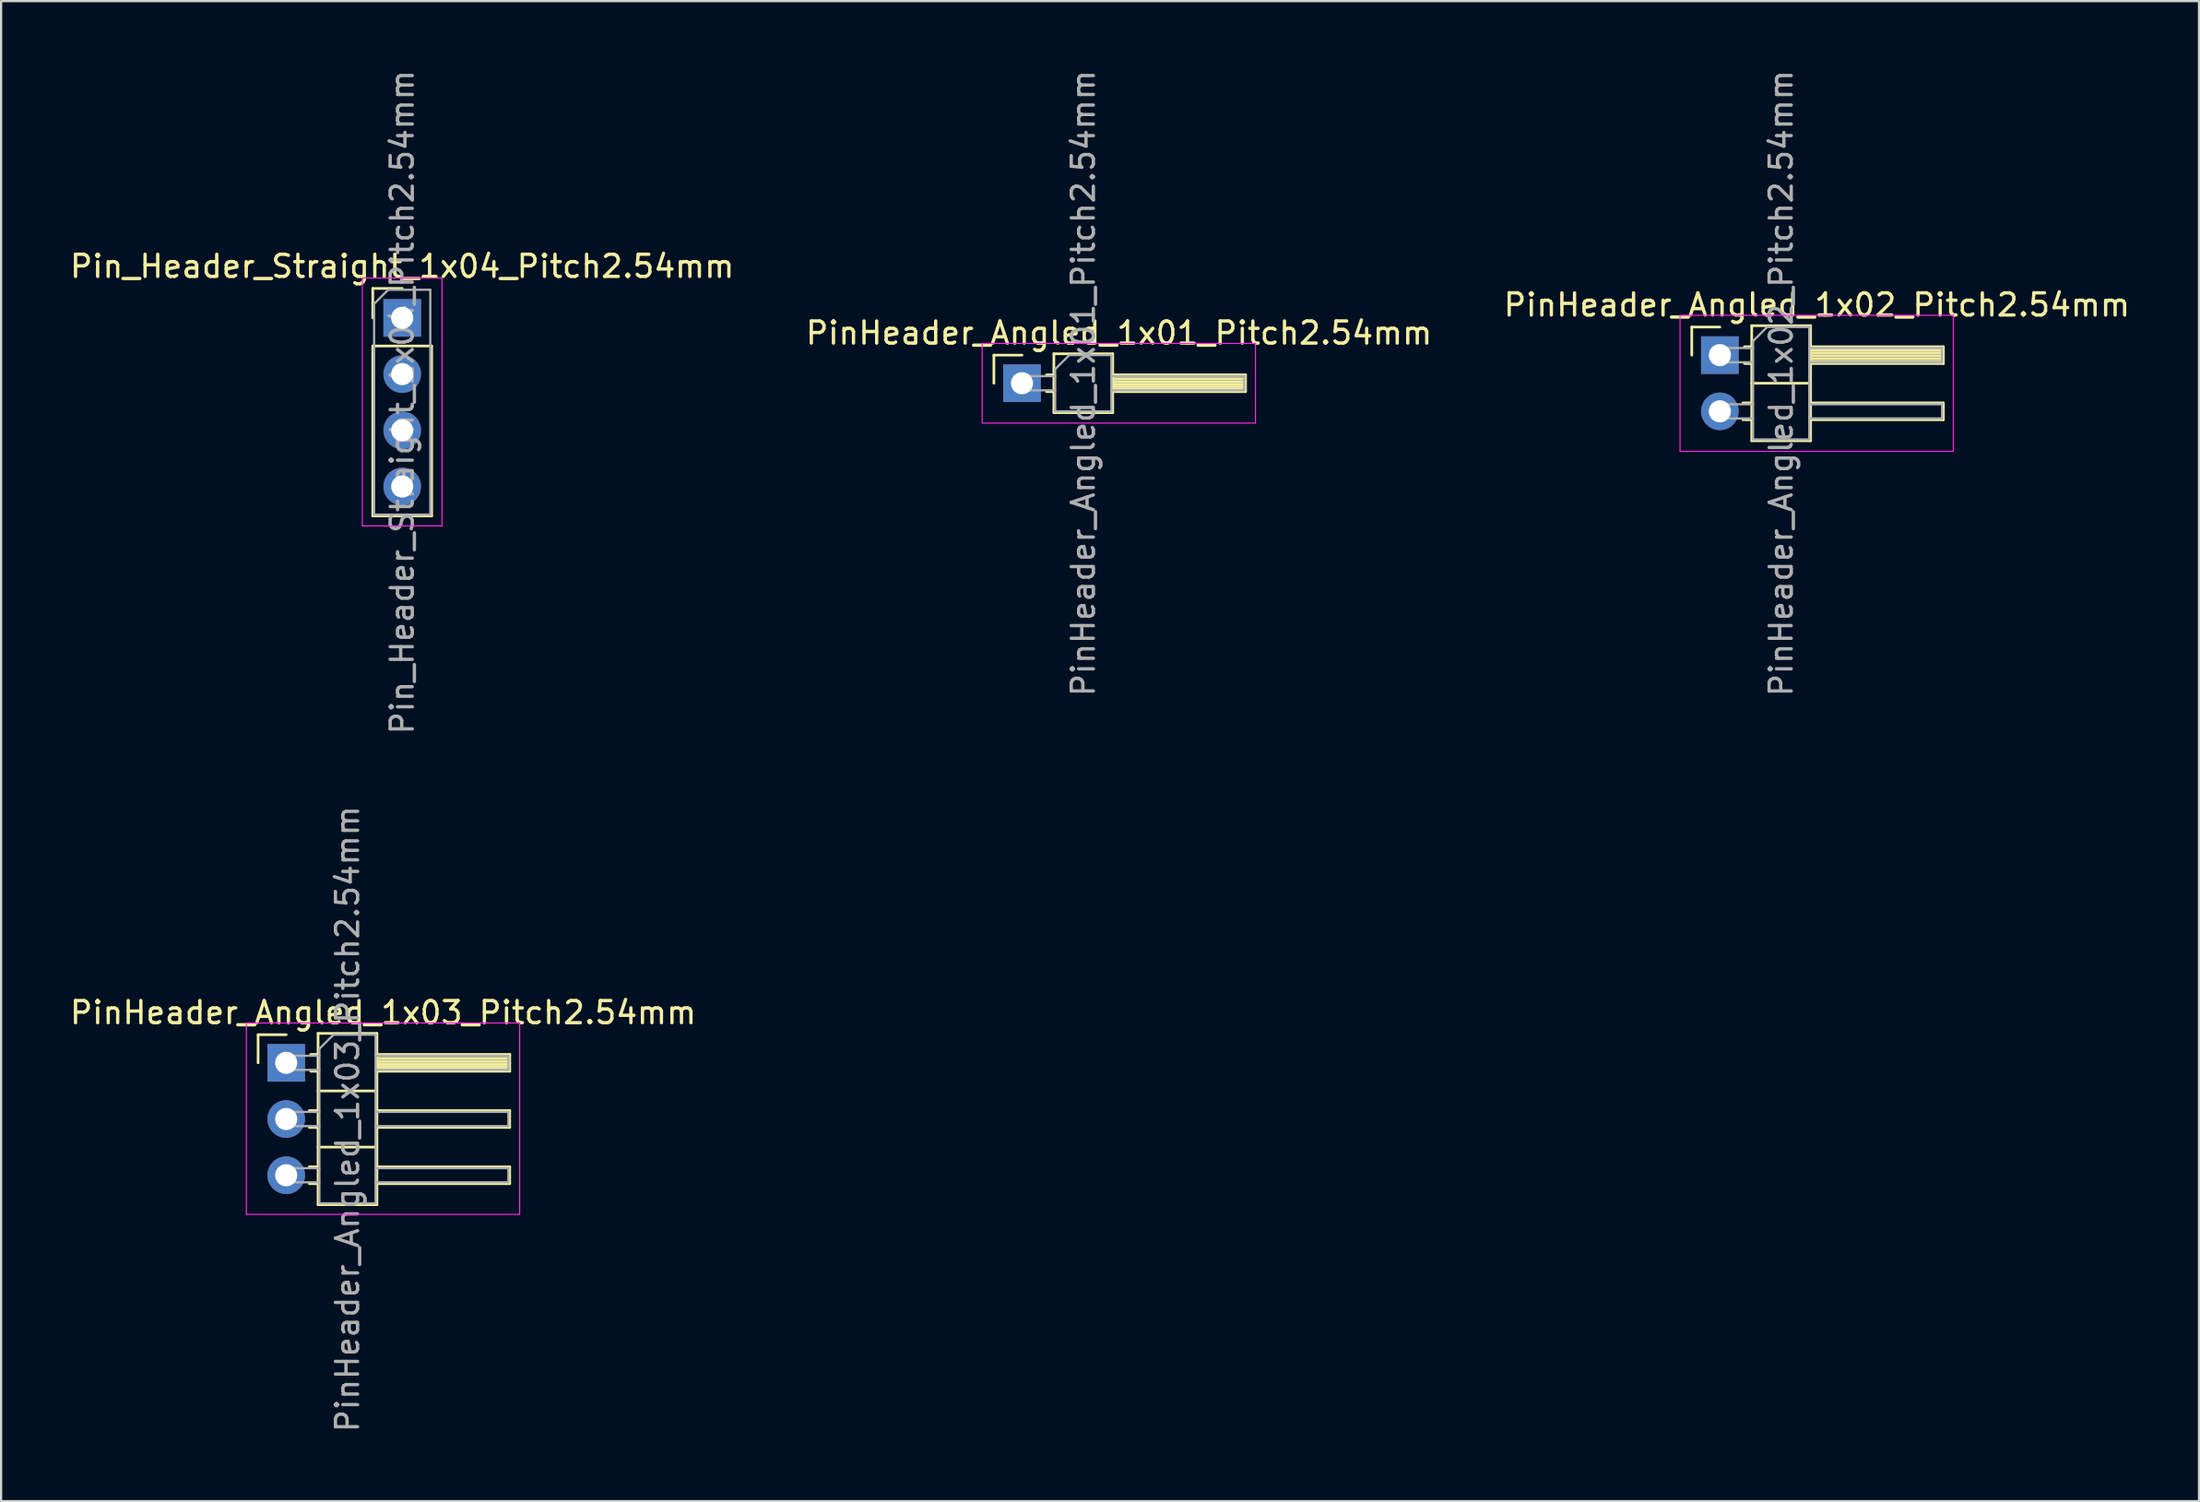
<source format=kicad_pcb>
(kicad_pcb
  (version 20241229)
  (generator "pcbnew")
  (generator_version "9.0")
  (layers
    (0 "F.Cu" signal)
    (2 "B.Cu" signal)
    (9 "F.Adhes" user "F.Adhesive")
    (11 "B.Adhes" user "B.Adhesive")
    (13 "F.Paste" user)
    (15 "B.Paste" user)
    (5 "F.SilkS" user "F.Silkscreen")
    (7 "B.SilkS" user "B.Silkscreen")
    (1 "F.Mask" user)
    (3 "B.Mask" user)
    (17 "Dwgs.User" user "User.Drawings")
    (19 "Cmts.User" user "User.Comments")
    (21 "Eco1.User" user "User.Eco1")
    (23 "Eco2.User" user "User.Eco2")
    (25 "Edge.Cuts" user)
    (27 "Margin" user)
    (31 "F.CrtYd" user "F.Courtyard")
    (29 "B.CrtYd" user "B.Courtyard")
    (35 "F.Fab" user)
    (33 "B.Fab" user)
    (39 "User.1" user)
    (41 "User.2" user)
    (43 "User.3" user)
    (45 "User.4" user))
  (footprint "Pin_Header_Straight_1x04_Pitch2.54mm"
    (layer "F.Cu")
    (at 15.125 11.315)
    (property "Reference" "Pin_Header_Straight_1x04_Pitch2.54mm" (at 0 -2.33 0) (layer "F.SilkS") (effects (font (size 1 1) (thickness 0.15))))
    (attr through_hole)
    (fp_line (start -1.33 -1.33) (end 0 -1.33) (stroke (width 0.12) (type solid)) (layer "F.SilkS"))
    (fp_line (start -1.33 0) (end -1.33 -1.33) (stroke (width 0.12) (type solid)) (layer "F.SilkS"))
    (fp_line (start -1.33 1.27) (end -1.33 8.95) (stroke (width 0.12) (type solid)) (layer "F.SilkS"))
    (fp_line (start -1.33 1.27) (end 1.33 1.27) (stroke (width 0.12) (type solid)) (layer "F.SilkS"))
    (fp_line (start -1.33 8.95) (end 1.33 8.95) (stroke (width 0.12) (type solid)) (layer "F.SilkS"))
    (fp_line (start 1.33 1.27) (end 1.33 8.95) (stroke (width 0.12) (type solid)) (layer "F.SilkS"))
    (fp_line (start -1.8 -1.8) (end -1.8 9.4) (stroke (width 0.05) (type solid)) (layer "F.CrtYd"))
    (fp_line (start -1.8 9.4) (end 1.8 9.4) (stroke (width 0.05) (type solid)) (layer "F.CrtYd"))
    (fp_line (start 1.8 -1.8) (end -1.8 -1.8) (stroke (width 0.05) (type solid)) (layer "F.CrtYd"))
    (fp_line (start 1.8 9.4) (end 1.8 -1.8) (stroke (width 0.05) (type solid)) (layer "F.CrtYd"))
    (fp_line (start -1.27 -0.635) (end -0.635 -1.27) (stroke (width 0.1) (type solid)) (layer "F.Fab"))
    (fp_line (start -1.27 8.89) (end -1.27 -0.635) (stroke (width 0.1) (type solid)) (layer "F.Fab"))
    (fp_line (start -0.635 -1.27) (end 1.27 -1.27) (stroke (width 0.1) (type solid)) (layer "F.Fab"))
    (fp_line (start 1.27 -1.27) (end 1.27 8.89) (stroke (width 0.1) (type solid)) (layer "F.Fab"))
    (fp_line (start 1.27 8.89) (end -1.27 8.89) (stroke (width 0.1) (type solid)) (layer "F.Fab"))
    (fp_text user "${REFERENCE}" (at 0 3.81 90) (layer "F.Fab") (effects (font (size 1 1) (thickness 0.15))))
    (pad "1" thru_hole rect (at 0 0) (size 1.7 1.7) (drill 1) (layers "*.Cu" "*.Mask"))
    (pad "2" thru_hole oval (at 0 2.54) (size 1.7 1.7) (drill 1) (layers "*.Cu" "*.Mask"))
    (pad "3" thru_hole oval (at 0 5.08) (size 1.7 1.7) (drill 1) (layers "*.Cu" "*.Mask"))
    (pad "4" thru_hole oval (at 0 7.62) (size 1.7 1.7) (drill 1) (layers "*.Cu" "*.Mask")))
  (footprint "PinHeader_Angled_1x03_Pitch2.54mm"
    (layer "F.Cu")
    (at 9.883 44.978)
    (property "Reference" "PinHeader_Angled_1x03_Pitch2.54mm" (at 4.385 -2.27 0) (layer "F.SilkS") (effects (font (size 1 1) (thickness 0.15))))
    (attr through_hole)
    (fp_line (start -1.27 -1.27) (end 0 -1.27) (stroke (width 0.12) (type solid)) (layer "F.SilkS"))
    (fp_line (start -1.27 0) (end -1.27 -1.27) (stroke (width 0.12) (type solid)) (layer "F.SilkS"))
    (fp_line (start 1.043 2.16) (end 1.44 2.16) (stroke (width 0.12) (type solid)) (layer "F.SilkS"))
    (fp_line (start 1.043 2.92) (end 1.44 2.92) (stroke (width 0.12) (type solid)) (layer "F.SilkS"))
    (fp_line (start 1.043 4.7) (end 1.44 4.7) (stroke (width 0.12) (type solid)) (layer "F.SilkS"))
    (fp_line (start 1.043 5.46) (end 1.44 5.46) (stroke (width 0.12) (type solid)) (layer "F.SilkS"))
    (fp_line (start 1.11 -0.38) (end 1.44 -0.38) (stroke (width 0.12) (type solid)) (layer "F.SilkS"))
    (fp_line (start 1.11 0.38) (end 1.44 0.38) (stroke (width 0.12) (type solid)) (layer "F.SilkS"))
    (fp_line (start 1.44 -1.33) (end 1.44 6.41) (stroke (width 0.12) (type solid)) (layer "F.SilkS"))
    (fp_line (start 1.44 1.27) (end 4.1 1.27) (stroke (width 0.12) (type solid)) (layer "F.SilkS"))
    (fp_line (start 1.44 3.81) (end 4.1 3.81) (stroke (width 0.12) (type solid)) (layer "F.SilkS"))
    (fp_line (start 1.44 6.41) (end 4.1 6.41) (stroke (width 0.12) (type solid)) (layer "F.SilkS"))
    (fp_line (start 4.1 -1.33) (end 1.44 -1.33) (stroke (width 0.12) (type solid)) (layer "F.SilkS"))
    (fp_line (start 4.1 -0.38) (end 10.1 -0.38) (stroke (width 0.12) (type solid)) (layer "F.SilkS"))
    (fp_line (start 4.1 -0.32) (end 10.1 -0.32) (stroke (width 0.12) (type solid)) (layer "F.SilkS"))
    (fp_line (start 4.1 -0.2) (end 10.1 -0.2) (stroke (width 0.12) (type solid)) (layer "F.SilkS"))
    (fp_line (start 4.1 -0.08) (end 10.1 -0.08) (stroke (width 0.12) (type solid)) (layer "F.SilkS"))
    (fp_line (start 4.1 0.04) (end 10.1 0.04) (stroke (width 0.12) (type solid)) (layer "F.SilkS"))
    (fp_line (start 4.1 0.16) (end 10.1 0.16) (stroke (width 0.12) (type solid)) (layer "F.SilkS"))
    (fp_line (start 4.1 0.28) (end 10.1 0.28) (stroke (width 0.12) (type solid)) (layer "F.SilkS"))
    (fp_line (start 4.1 2.16) (end 10.1 2.16) (stroke (width 0.12) (type solid)) (layer "F.SilkS"))
    (fp_line (start 4.1 4.7) (end 10.1 4.7) (stroke (width 0.12) (type solid)) (layer "F.SilkS"))
    (fp_line (start 4.1 6.41) (end 4.1 -1.33) (stroke (width 0.12) (type solid)) (layer "F.SilkS"))
    (fp_line (start 10.1 -0.38) (end 10.1 0.38) (stroke (width 0.12) (type solid)) (layer "F.SilkS"))
    (fp_line (start 10.1 0.38) (end 4.1 0.38) (stroke (width 0.12) (type solid)) (layer "F.SilkS"))
    (fp_line (start 10.1 2.16) (end 10.1 2.92) (stroke (width 0.12) (type solid)) (layer "F.SilkS"))
    (fp_line (start 10.1 2.92) (end 4.1 2.92) (stroke (width 0.12) (type solid)) (layer "F.SilkS"))
    (fp_line (start 10.1 4.7) (end 10.1 5.46) (stroke (width 0.12) (type solid)) (layer "F.SilkS"))
    (fp_line (start 10.1 5.46) (end 4.1 5.46) (stroke (width 0.12) (type solid)) (layer "F.SilkS"))
    (fp_line (start -1.8 -1.8) (end -1.8 6.85) (stroke (width 0.05) (type solid)) (layer "F.CrtYd"))
    (fp_line (start -1.8 6.85) (end 10.55 6.85) (stroke (width 0.05) (type solid)) (layer "F.CrtYd"))
    (fp_line (start 10.55 -1.8) (end -1.8 -1.8) (stroke (width 0.05) (type solid)) (layer "F.CrtYd"))
    (fp_line (start 10.55 6.85) (end 10.55 -1.8) (stroke (width 0.05) (type solid)) (layer "F.CrtYd"))
    (fp_line (start -0.32 -0.32) (end -0.32 0.32) (stroke (width 0.1) (type solid)) (layer "F.Fab"))
    (fp_line (start -0.32 -0.32) (end 1.5 -0.32) (stroke (width 0.1) (type solid)) (layer "F.Fab"))
    (fp_line (start -0.32 0.32) (end 1.5 0.32) (stroke (width 0.1) (type solid)) (layer "F.Fab"))
    (fp_line (start -0.32 2.22) (end -0.32 2.86) (stroke (width 0.1) (type solid)) (layer "F.Fab"))
    (fp_line (start -0.32 2.22) (end 1.5 2.22) (stroke (width 0.1) (type solid)) (layer "F.Fab"))
    (fp_line (start -0.32 2.86) (end 1.5 2.86) (stroke (width 0.1) (type solid)) (layer "F.Fab"))
    (fp_line (start -0.32 4.76) (end -0.32 5.4) (stroke (width 0.1) (type solid)) (layer "F.Fab"))
    (fp_line (start -0.32 4.76) (end 1.5 4.76) (stroke (width 0.1) (type solid)) (layer "F.Fab"))
    (fp_line (start -0.32 5.4) (end 1.5 5.4) (stroke (width 0.1) (type solid)) (layer "F.Fab"))
    (fp_line (start 1.5 -0.635) (end 2.135 -1.27) (stroke (width 0.1) (type solid)) (layer "F.Fab"))
    (fp_line (start 1.5 6.35) (end 1.5 -0.635) (stroke (width 0.1) (type solid)) (layer "F.Fab"))
    (fp_line (start 2.135 -1.27) (end 4.04 -1.27) (stroke (width 0.1) (type solid)) (layer "F.Fab"))
    (fp_line (start 4.04 -1.27) (end 4.04 6.35) (stroke (width 0.1) (type solid)) (layer "F.Fab"))
    (fp_line (start 4.04 -0.32) (end 10.04 -0.32) (stroke (width 0.1) (type solid)) (layer "F.Fab"))
    (fp_line (start 4.04 0.32) (end 10.04 0.32) (stroke (width 0.1) (type solid)) (layer "F.Fab"))
    (fp_line (start 4.04 2.22) (end 10.04 2.22) (stroke (width 0.1) (type solid)) (layer "F.Fab"))
    (fp_line (start 4.04 2.86) (end 10.04 2.86) (stroke (width 0.1) (type solid)) (layer "F.Fab"))
    (fp_line (start 4.04 4.76) (end 10.04 4.76) (stroke (width 0.1) (type solid)) (layer "F.Fab"))
    (fp_line (start 4.04 5.4) (end 10.04 5.4) (stroke (width 0.1) (type solid)) (layer "F.Fab"))
    (fp_line (start 4.04 6.35) (end 1.5 6.35) (stroke (width 0.1) (type solid)) (layer "F.Fab"))
    (fp_line (start 10.04 -0.32) (end 10.04 0.32) (stroke (width 0.1) (type solid)) (layer "F.Fab"))
    (fp_line (start 10.04 2.22) (end 10.04 2.86) (stroke (width 0.1) (type solid)) (layer "F.Fab"))
    (fp_line (start 10.04 4.76) (end 10.04 5.4) (stroke (width 0.1) (type solid)) (layer "F.Fab"))
    (fp_text user "${REFERENCE}" (at 2.77 2.54 90) (layer "F.Fab") (effects (font (size 1 1) (thickness 0.15))))
    (pad "1" thru_hole rect (at 0 0) (size 1.7 1.7) (drill 1) (layers "*.Cu" "*.Mask"))
    (pad "2" thru_hole oval (at 0 2.54) (size 1.7 1.7) (drill 1) (layers "*.Cu" "*.Mask"))
    (pad "3" thru_hole oval (at 0 5.08) (size 1.7 1.7) (drill 1) (layers "*.Cu" "*.Mask")))
  (footprint "PinHeader_Angled_1x01_Pitch2.54mm"
    (layer "F.Cu")
    (at 43.133 14.268)
    (property "Reference" "PinHeader_Angled_1x01_Pitch2.54mm" (at 4.385 -2.27 0) (layer "F.SilkS") (effects (font (size 1 1) (thickness 0.15))))
    (attr through_hole)
    (fp_line (start -1.27 -1.27) (end 0 -1.27) (stroke (width 0.12) (type solid)) (layer "F.SilkS"))
    (fp_line (start -1.27 0) (end -1.27 -1.27) (stroke (width 0.12) (type solid)) (layer "F.SilkS"))
    (fp_line (start 1.11 -0.38) (end 1.44 -0.38) (stroke (width 0.12) (type solid)) (layer "F.SilkS"))
    (fp_line (start 1.11 0.38) (end 1.44 0.38) (stroke (width 0.12) (type solid)) (layer "F.SilkS"))
    (fp_line (start 1.44 -1.33) (end 1.44 1.33) (stroke (width 0.12) (type solid)) (layer "F.SilkS"))
    (fp_line (start 1.44 1.33) (end 4.1 1.33) (stroke (width 0.12) (type solid)) (layer "F.SilkS"))
    (fp_line (start 4.1 -1.33) (end 1.44 -1.33) (stroke (width 0.12) (type solid)) (layer "F.SilkS"))
    (fp_line (start 4.1 -0.38) (end 10.1 -0.38) (stroke (width 0.12) (type solid)) (layer "F.SilkS"))
    (fp_line (start 4.1 -0.32) (end 10.1 -0.32) (stroke (width 0.12) (type solid)) (layer "F.SilkS"))
    (fp_line (start 4.1 -0.2) (end 10.1 -0.2) (stroke (width 0.12) (type solid)) (layer "F.SilkS"))
    (fp_line (start 4.1 -0.08) (end 10.1 -0.08) (stroke (width 0.12) (type solid)) (layer "F.SilkS"))
    (fp_line (start 4.1 0.04) (end 10.1 0.04) (stroke (width 0.12) (type solid)) (layer "F.SilkS"))
    (fp_line (start 4.1 0.16) (end 10.1 0.16) (stroke (width 0.12) (type solid)) (layer "F.SilkS"))
    (fp_line (start 4.1 0.28) (end 10.1 0.28) (stroke (width 0.12) (type solid)) (layer "F.SilkS"))
    (fp_line (start 4.1 1.33) (end 4.1 -1.33) (stroke (width 0.12) (type solid)) (layer "F.SilkS"))
    (fp_line (start 10.1 -0.38) (end 10.1 0.38) (stroke (width 0.12) (type solid)) (layer "F.SilkS"))
    (fp_line (start 10.1 0.38) (end 4.1 0.38) (stroke (width 0.12) (type solid)) (layer "F.SilkS"))
    (fp_line (start -1.8 -1.8) (end -1.8 1.8) (stroke (width 0.05) (type solid)) (layer "F.CrtYd"))
    (fp_line (start -1.8 1.8) (end 10.55 1.8) (stroke (width 0.05) (type solid)) (layer "F.CrtYd"))
    (fp_line (start 10.55 -1.8) (end -1.8 -1.8) (stroke (width 0.05) (type solid)) (layer "F.CrtYd"))
    (fp_line (start 10.55 1.8) (end 10.55 -1.8) (stroke (width 0.05) (type solid)) (layer "F.CrtYd"))
    (fp_line (start -0.32 -0.32) (end -0.32 0.32) (stroke (width 0.1) (type solid)) (layer "F.Fab"))
    (fp_line (start -0.32 -0.32) (end 1.5 -0.32) (stroke (width 0.1) (type solid)) (layer "F.Fab"))
    (fp_line (start -0.32 0.32) (end 1.5 0.32) (stroke (width 0.1) (type solid)) (layer "F.Fab"))
    (fp_line (start 1.5 -0.635) (end 2.135 -1.27) (stroke (width 0.1) (type solid)) (layer "F.Fab"))
    (fp_line (start 1.5 1.27) (end 1.5 -0.635) (stroke (width 0.1) (type solid)) (layer "F.Fab"))
    (fp_line (start 2.135 -1.27) (end 4.04 -1.27) (stroke (width 0.1) (type solid)) (layer "F.Fab"))
    (fp_line (start 4.04 -1.27) (end 4.04 1.27) (stroke (width 0.1) (type solid)) (layer "F.Fab"))
    (fp_line (start 4.04 -0.32) (end 10.04 -0.32) (stroke (width 0.1) (type solid)) (layer "F.Fab"))
    (fp_line (start 4.04 0.32) (end 10.04 0.32) (stroke (width 0.1) (type solid)) (layer "F.Fab"))
    (fp_line (start 4.04 1.27) (end 1.5 1.27) (stroke (width 0.1) (type solid)) (layer "F.Fab"))
    (fp_line (start 10.04 -0.32) (end 10.04 0.32) (stroke (width 0.1) (type solid)) (layer "F.Fab"))
    (fp_text user "${REFERENCE}" (at 2.77 0 90) (layer "F.Fab") (effects (font (size 1 1) (thickness 0.15))))
    (pad "1" thru_hole rect (at 0 0) (size 1.7 1.7) (drill 1) (layers "*.Cu" "*.Mask")))
  (footprint "PinHeader_Angled_1x02_Pitch2.54mm"
    (layer "F.Cu")
    (at 74.669 12.998)
    (property "Reference" "PinHeader_Angled_1x02_Pitch2.54mm" (at 4.385 -2.27 0) (layer "F.SilkS") (effects (font (size 1 1) (thickness 0.15))))
    (attr through_hole)
    (fp_line (start -1.27 -1.27) (end 0 -1.27) (stroke (width 0.12) (type solid)) (layer "F.SilkS"))
    (fp_line (start -1.27 0) (end -1.27 -1.27) (stroke (width 0.12) (type solid)) (layer "F.SilkS"))
    (fp_line (start 1.043 2.16) (end 1.44 2.16) (stroke (width 0.12) (type solid)) (layer "F.SilkS"))
    (fp_line (start 1.043 2.92) (end 1.44 2.92) (stroke (width 0.12) (type solid)) (layer "F.SilkS"))
    (fp_line (start 1.11 -0.38) (end 1.44 -0.38) (stroke (width 0.12) (type solid)) (layer "F.SilkS"))
    (fp_line (start 1.11 0.38) (end 1.44 0.38) (stroke (width 0.12) (type solid)) (layer "F.SilkS"))
    (fp_line (start 1.44 -1.33) (end 1.44 3.87) (stroke (width 0.12) (type solid)) (layer "F.SilkS"))
    (fp_line (start 1.44 1.27) (end 4.1 1.27) (stroke (width 0.12) (type solid)) (layer "F.SilkS"))
    (fp_line (start 1.44 3.87) (end 4.1 3.87) (stroke (width 0.12) (type solid)) (layer "F.SilkS"))
    (fp_line (start 4.1 -1.33) (end 1.44 -1.33) (stroke (width 0.12) (type solid)) (layer "F.SilkS"))
    (fp_line (start 4.1 -0.38) (end 10.1 -0.38) (stroke (width 0.12) (type solid)) (layer "F.SilkS"))
    (fp_line (start 4.1 -0.32) (end 10.1 -0.32) (stroke (width 0.12) (type solid)) (layer "F.SilkS"))
    (fp_line (start 4.1 -0.2) (end 10.1 -0.2) (stroke (width 0.12) (type solid)) (layer "F.SilkS"))
    (fp_line (start 4.1 -0.08) (end 10.1 -0.08) (stroke (width 0.12) (type solid)) (layer "F.SilkS"))
    (fp_line (start 4.1 0.04) (end 10.1 0.04) (stroke (width 0.12) (type solid)) (layer "F.SilkS"))
    (fp_line (start 4.1 0.16) (end 10.1 0.16) (stroke (width 0.12) (type solid)) (layer "F.SilkS"))
    (fp_line (start 4.1 0.28) (end 10.1 0.28) (stroke (width 0.12) (type solid)) (layer "F.SilkS"))
    (fp_line (start 4.1 2.16) (end 10.1 2.16) (stroke (width 0.12) (type solid)) (layer "F.SilkS"))
    (fp_line (start 4.1 3.87) (end 4.1 -1.33) (stroke (width 0.12) (type solid)) (layer "F.SilkS"))
    (fp_line (start 10.1 -0.38) (end 10.1 0.38) (stroke (width 0.12) (type solid)) (layer "F.SilkS"))
    (fp_line (start 10.1 0.38) (end 4.1 0.38) (stroke (width 0.12) (type solid)) (layer "F.SilkS"))
    (fp_line (start 10.1 2.16) (end 10.1 2.92) (stroke (width 0.12) (type solid)) (layer "F.SilkS"))
    (fp_line (start 10.1 2.92) (end 4.1 2.92) (stroke (width 0.12) (type solid)) (layer "F.SilkS"))
    (fp_line (start -1.8 -1.8) (end -1.8 4.35) (stroke (width 0.05) (type solid)) (layer "F.CrtYd"))
    (fp_line (start -1.8 4.35) (end 10.55 4.35) (stroke (width 0.05) (type solid)) (layer "F.CrtYd"))
    (fp_line (start 10.55 -1.8) (end -1.8 -1.8) (stroke (width 0.05) (type solid)) (layer "F.CrtYd"))
    (fp_line (start 10.55 4.35) (end 10.55 -1.8) (stroke (width 0.05) (type solid)) (layer "F.CrtYd"))
    (fp_line (start -0.32 -0.32) (end -0.32 0.32) (stroke (width 0.1) (type solid)) (layer "F.Fab"))
    (fp_line (start -0.32 -0.32) (end 1.5 -0.32) (stroke (width 0.1) (type solid)) (layer "F.Fab"))
    (fp_line (start -0.32 0.32) (end 1.5 0.32) (stroke (width 0.1) (type solid)) (layer "F.Fab"))
    (fp_line (start -0.32 2.22) (end -0.32 2.86) (stroke (width 0.1) (type solid)) (layer "F.Fab"))
    (fp_line (start -0.32 2.22) (end 1.5 2.22) (stroke (width 0.1) (type solid)) (layer "F.Fab"))
    (fp_line (start -0.32 2.86) (end 1.5 2.86) (stroke (width 0.1) (type solid)) (layer "F.Fab"))
    (fp_line (start 1.5 -0.635) (end 2.135 -1.27) (stroke (width 0.1) (type solid)) (layer "F.Fab"))
    (fp_line (start 1.5 3.81) (end 1.5 -0.635) (stroke (width 0.1) (type solid)) (layer "F.Fab"))
    (fp_line (start 2.135 -1.27) (end 4.04 -1.27) (stroke (width 0.1) (type solid)) (layer "F.Fab"))
    (fp_line (start 4.04 -1.27) (end 4.04 3.81) (stroke (width 0.1) (type solid)) (layer "F.Fab"))
    (fp_line (start 4.04 -0.32) (end 10.04 -0.32) (stroke (width 0.1) (type solid)) (layer "F.Fab"))
    (fp_line (start 4.04 0.32) (end 10.04 0.32) (stroke (width 0.1) (type solid)) (layer "F.Fab"))
    (fp_line (start 4.04 2.22) (end 10.04 2.22) (stroke (width 0.1) (type solid)) (layer "F.Fab"))
    (fp_line (start 4.04 2.86) (end 10.04 2.86) (stroke (width 0.1) (type solid)) (layer "F.Fab"))
    (fp_line (start 4.04 3.81) (end 1.5 3.81) (stroke (width 0.1) (type solid)) (layer "F.Fab"))
    (fp_line (start 10.04 -0.32) (end 10.04 0.32) (stroke (width 0.1) (type solid)) (layer "F.Fab"))
    (fp_line (start 10.04 2.22) (end 10.04 2.86) (stroke (width 0.1) (type solid)) (layer "F.Fab"))
    (fp_text user "${REFERENCE}" (at 2.77 1.27 90) (layer "F.Fab") (effects (font (size 1 1) (thickness 0.15))))
    (pad "1" thru_hole rect (at 0 0) (size 1.7 1.7) (drill 1) (layers "*.Cu" "*.Mask"))
    (pad "2" thru_hole oval (at 0 2.54) (size 1.7 1.7) (drill 1) (layers "*.Cu" "*.Mask")))
  (gr_rect
    (start -3 -3)
    (end 96.321 64.786)
    (stroke (width 0.1) (type default))
    (fill no)
    (layer "Edge.Cuts")))
</source>
